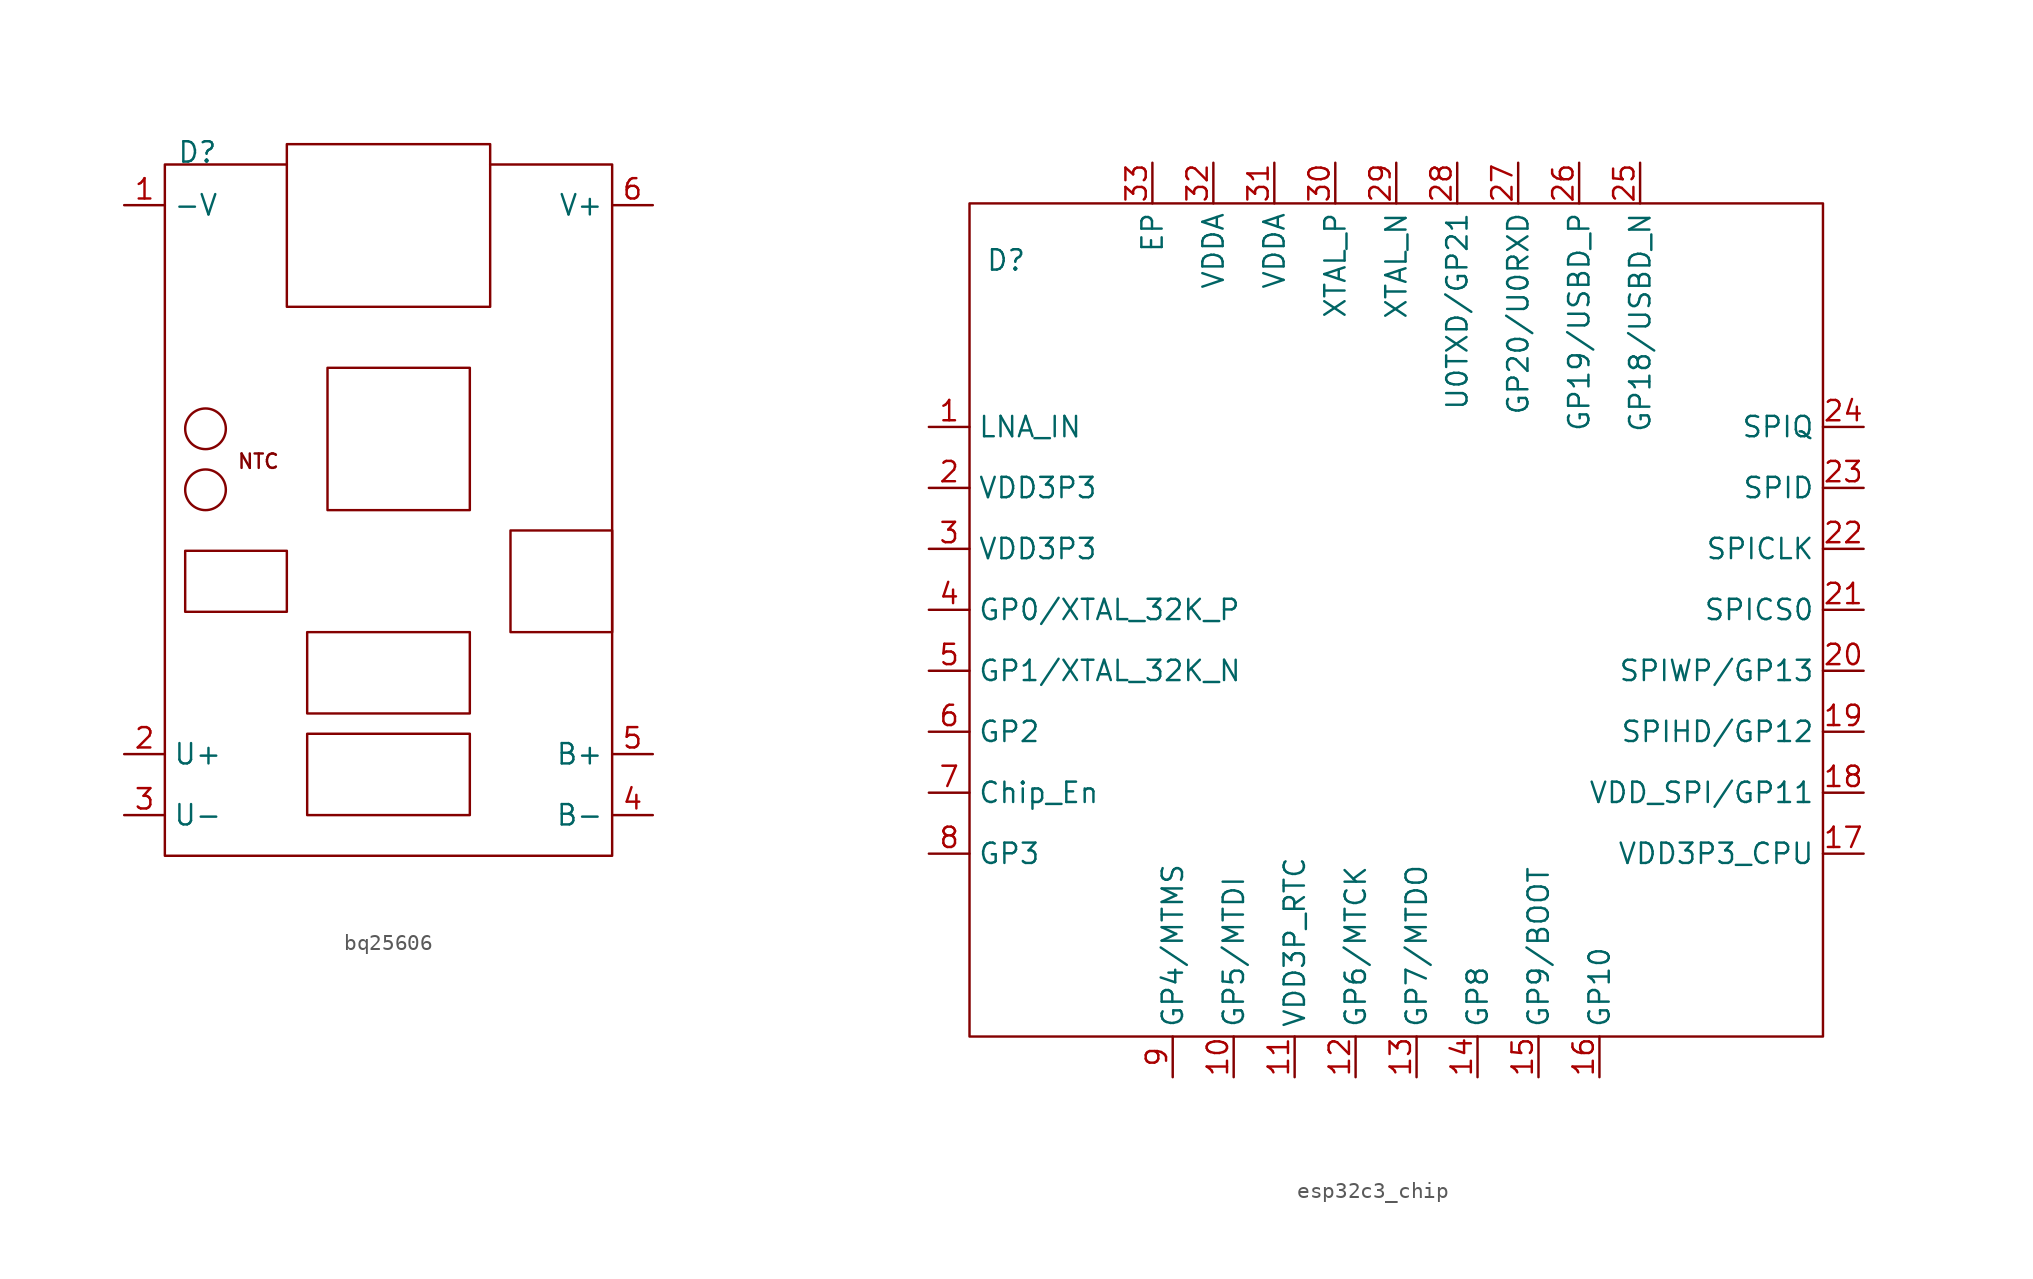
<source format=kicad_sym>
(kicad_symbol_lib
  (version 20231120)
  (generator "kicad_symbol_editor")
  (generator_version "8.0")
  (symbol "bq25606"
    (property "Reference" "D"
      (at 12.192 18.542 0)
      (effects (font (size 1.27 1.27))))
    (property "Value" ""
      (at 12.192 18.542 0)
      (effects (font (size 1.27 1.27))))
    (symbol "bq25606_0_1"
      (rectangle (start 11.43 -6.35) (end 17.78 -10.16) (stroke (width 0) (type default)) (fill (type none)))
      (circle (center 12.7 -2.54) (radius 1.27) (stroke (width 0) (type default)) (fill (type none)))
      (circle (center 12.7 1.27) (radius 1.27) (stroke (width 0) (type default)) (fill (type none)))
      (rectangle (start 17.78 19.05) (end 30.48 8.89) (stroke (width 0) (type default)) (fill (type none)))
      (rectangle (start 19.05 -17.78) (end 29.21 -22.86) (stroke (width 0) (type default)) (fill (type none)))
      (rectangle (start 19.05 -11.43) (end 29.21 -16.51) (stroke (width 0) (type default)) (fill (type none)))
      (rectangle (start 20.32 5.08) (end 29.21 -3.81) (stroke (width 0) (type default)) (fill (type none)))
      (rectangle (start 31.75 -5.08) (end 38.1 -11.43) (stroke (width 0) (type default)) (fill (type none))))
    (symbol "bq25606_1_1"
      (polyline (pts (xy 30.48 17.78) (xy 38.1 17.78) (xy 38.1 -25.4) (xy 10.16 -25.4) (xy 10.16 17.78) (xy 17.78 17.78)) (stroke (width 0) (type default)) (fill (type none)))
      (text "NTC" (at 16.002 -0.762 0) (effects (font (size 0.9 0.9))))
      (pin bidirectional line (at 7.62 15.24 0) (length 2.54) (name "-V" (effects (font (size 1.27 1.27)))) (number "1" (effects (font (size 1.27 1.27)))))
      (pin bidirectional line (at 7.62 -19.05 0) (length 2.54) (name "U+" (effects (font (size 1.27 1.27)))) (number "2" (effects (font (size 1.27 1.27)))))
      (pin bidirectional line (at 7.62 -22.86 0) (length 2.54) (name "U-" (effects (font (size 1.27 1.27)))) (number "3" (effects (font (size 1.27 1.27)))))
      (pin bidirectional line (at 40.64 -22.86 180) (length 2.54) (name "B-" (effects (font (size 1.27 1.27)))) (number "4" (effects (font (size 1.27 1.27)))))
      (pin bidirectional line (at 40.64 -19.05 180) (length 2.54) (name "B+" (effects (font (size 1.27 1.27)))) (number "5" (effects (font (size 1.27 1.27)))))
      (pin bidirectional line (at 40.64 15.24 180) (length 2.54) (name "V+" (effects (font (size 1.27 1.27)))) (number "6" (effects (font (size 1.27 1.27)))))))
  (symbol "esp32c3_chip"
    (property "Reference" "D"
      (at 20.066 18.034 0)
      (effects (font (size 1.27 1.27))))
    (property "Value" ""
      (at 12.192 12.192 0)
      (effects (font (size 1.27 1.27))))
    (symbol "esp32c3_chip_0_1"
      (rectangle (start 17.78 21.59) (end 71.12 -30.48) (stroke (width 0) (type default)) (fill (type none))))
    (symbol "esp32c3_chip_1_1"
      (pin bidirectional line (at 15.24 7.62 0) (length 2.54) (name "LNA_IN" (effects (font (size 1.27 1.27)))) (number "1" (effects (font (size 1.27 1.27)))))
      (pin bidirectional line (at 34.29 -33.02 90) (length 2.54) (name "GP5/MTDI" (effects (font (size 1.27 1.27)))) (number "10" (effects (font (size 1.27 1.27)))))
      (pin bidirectional line (at 38.1 -33.02 90) (length 2.54) (name "VDD3P_RTC" (effects (font (size 1.27 1.27)))) (number "11" (effects (font (size 1.27 1.27)))))
      (pin bidirectional line (at 41.91 -33.02 90) (length 2.54) (name "GP6/MTCK" (effects (font (size 1.27 1.27)))) (number "12" (effects (font (size 1.27 1.27)))))
      (pin bidirectional line (at 45.72 -33.02 90) (length 2.54) (name "GP7/MTDO" (effects (font (size 1.27 1.27)))) (number "13" (effects (font (size 1.27 1.27)))))
      (pin bidirectional line (at 49.53 -33.02 90) (length 2.54) (name "GP8" (effects (font (size 1.27 1.27)))) (number "14" (effects (font (size 1.27 1.27)))))
      (pin bidirectional line (at 53.34 -33.02 90) (length 2.54) (name "GP9/BOOT" (effects (font (size 1.27 1.27)))) (number "15" (effects (font (size 1.27 1.27)))))
      (pin bidirectional line (at 57.15 -33.02 90) (length 2.54) (name "GP10" (effects (font (size 1.27 1.27)))) (number "16" (effects (font (size 1.27 1.27)))))
      (pin bidirectional line (at 73.66 -19.05 180) (length 2.54) (name "VDD3P3_CPU" (effects (font (size 1.27 1.27)))) (number "17" (effects (font (size 1.27 1.27)))))
      (pin bidirectional line (at 73.66 -15.24 180) (length 2.54) (name "VDD_SPI/GP11" (effects (font (size 1.27 1.27)))) (number "18" (effects (font (size 1.27 1.27)))))
      (pin bidirectional line (at 73.66 -11.43 180) (length 2.54) (name "SPIHD/GP12" (effects (font (size 1.27 1.27)))) (number "19" (effects (font (size 1.27 1.27)))))
      (pin bidirectional line (at 15.24 3.81 0) (length 2.54) (name "VDD3P3" (effects (font (size 1.27 1.27)))) (number "2" (effects (font (size 1.27 1.27)))))
      (pin bidirectional line (at 73.66 -7.62 180) (length 2.54) (name "SPIWP/GP13" (effects (font (size 1.27 1.27)))) (number "20" (effects (font (size 1.27 1.27)))))
      (pin bidirectional line (at 73.66 -3.81 180) (length 2.54) (name "SPICS0" (effects (font (size 1.27 1.27)))) (number "21" (effects (font (size 1.27 1.27)))))
      (pin bidirectional line (at 73.66 0 180) (length 2.54) (name "SPICLK" (effects (font (size 1.27 1.27)))) (number "22" (effects (font (size 1.27 1.27)))))
      (pin bidirectional line (at 73.66 3.81 180) (length 2.54) (name "SPID" (effects (font (size 1.27 1.27)))) (number "23" (effects (font (size 1.27 1.27)))))
      (pin bidirectional line (at 73.66 7.62 180) (length 2.54) (name "SPIQ" (effects (font (size 1.27 1.27)))) (number "24" (effects (font (size 1.27 1.27)))))
      (pin bidirectional line (at 59.69 24.13 270) (length 2.54) (name "GP18/USBD_N" (effects (font (size 1.27 1.27)))) (number "25" (effects (font (size 1.27 1.27)))))
      (pin bidirectional line (at 55.88 24.13 270) (length 2.54) (name "GP19/USBD_P" (effects (font (size 1.27 1.27)))) (number "26" (effects (font (size 1.27 1.27)))))
      (pin bidirectional line (at 52.07 24.13 270) (length 2.54) (name "GP20/U0RXD" (effects (font (size 1.27 1.27)))) (number "27" (effects (font (size 1.27 1.27)))))
      (pin bidirectional line (at 48.26 24.13 270) (length 2.54) (name "U0TXD/GP21" (effects (font (size 1.27 1.27)))) (number "28" (effects (font (size 1.27 1.27)))))
      (pin bidirectional line (at 44.45 24.13 270) (length 2.54) (name "XTAL_N" (effects (font (size 1.27 1.27)))) (number "29" (effects (font (size 1.27 1.27)))))
      (pin bidirectional line (at 15.24 0 0) (length 2.54) (name "VDD3P3" (effects (font (size 1.27 1.27)))) (number "3" (effects (font (size 1.27 1.27)))))
      (pin bidirectional line (at 40.64 24.13 270) (length 2.54) (name "XTAL_P" (effects (font (size 1.27 1.27)))) (number "30" (effects (font (size 1.27 1.27)))))
      (pin bidirectional line (at 36.83 24.13 270) (length 2.54) (name "VDDA" (effects (font (size 1.27 1.27)))) (number "31" (effects (font (size 1.27 1.27)))))
      (pin bidirectional line (at 33.02 24.13 270) (length 2.54) (name "VDDA" (effects (font (size 1.27 1.27)))) (number "32" (effects (font (size 1.27 1.27)))))
      (pin bidirectional line (at 29.21 24.13 270) (length 2.54) (name "EP" (effects (font (size 1.27 1.27)))) (number "33" (effects (font (size 1.27 1.27)))))
      (pin bidirectional line (at 15.24 -3.81 0) (length 2.54) (name "GP0/XTAL_32K_P" (effects (font (size 1.27 1.27)))) (number "4" (effects (font (size 1.27 1.27)))))
      (pin bidirectional line (at 15.24 -7.62 0) (length 2.54) (name "GP1/XTAL_32K_N" (effects (font (size 1.27 1.27)))) (number "5" (effects (font (size 1.27 1.27)))))
      (pin bidirectional line (at 15.24 -11.43 0) (length 2.54) (name "GP2" (effects (font (size 1.27 1.27)))) (number "6" (effects (font (size 1.27 1.27)))))
      (pin bidirectional line (at 15.24 -15.24 0) (length 2.54) (name "Chip_En" (effects (font (size 1.27 1.27)))) (number "7" (effects (font (size 1.27 1.27)))))
      (pin bidirectional line (at 15.24 -19.05 0) (length 2.54) (name "GP3" (effects (font (size 1.27 1.27)))) (number "8" (effects (font (size 1.27 1.27)))))
      (pin bidirectional line (at 30.48 -33.02 90) (length 2.54) (name "GP4/MTMS" (effects (font (size 1.27 1.27)))) (number "9" (effects (font (size 1.27 1.27))))))))
</source>
